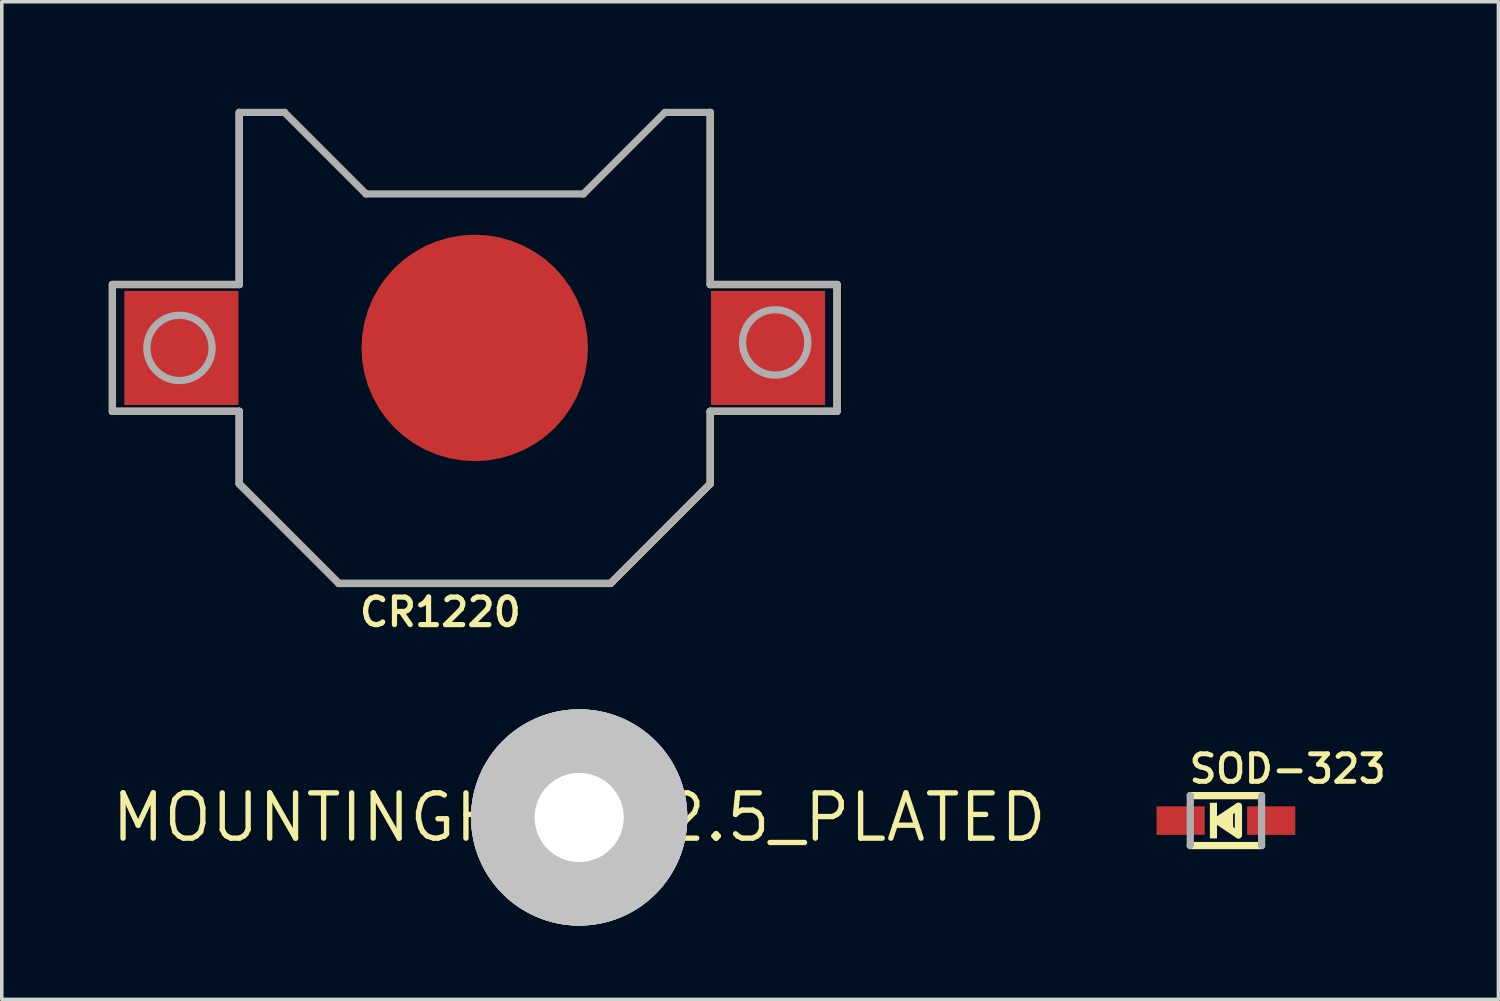
<source format=kicad_pcb>
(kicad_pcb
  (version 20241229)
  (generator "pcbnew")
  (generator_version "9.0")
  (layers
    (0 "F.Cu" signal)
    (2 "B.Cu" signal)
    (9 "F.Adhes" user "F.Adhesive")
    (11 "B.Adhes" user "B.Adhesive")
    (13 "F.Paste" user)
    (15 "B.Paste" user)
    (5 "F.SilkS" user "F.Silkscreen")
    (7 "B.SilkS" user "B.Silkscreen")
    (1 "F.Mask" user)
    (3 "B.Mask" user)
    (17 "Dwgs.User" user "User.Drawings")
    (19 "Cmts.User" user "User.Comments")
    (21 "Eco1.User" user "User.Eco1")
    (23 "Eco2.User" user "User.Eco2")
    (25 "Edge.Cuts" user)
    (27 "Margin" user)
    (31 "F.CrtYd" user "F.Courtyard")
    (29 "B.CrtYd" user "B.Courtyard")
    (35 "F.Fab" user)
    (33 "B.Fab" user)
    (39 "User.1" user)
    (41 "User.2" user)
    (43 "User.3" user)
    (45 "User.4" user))
  (footprint "CR1220"
    (layer "F.Cu")
    (at 10.262 6.706)
    (property "Reference" "CR1220" (at -3.302 7.86 0) (layer "F.SilkS") (effects (font (size 0.772 0.772) (thickness 0.146)) (justify left bottom)))
    (attr through_hole)
    (fp_circle (center 0 0) (end 6.282 0) (stroke (width 0) (type solid)) (fill yes) (layer "F.Mask"))
    (fp_line (start -10.16 -1.778) (end -10.16 1.778) (stroke (width 0.203) (type solid)) (layer "F.SilkS"))
    (fp_line (start -10.16 1.778) (end -6.604 1.778) (stroke (width 0.203) (type solid)) (layer "F.SilkS"))
    (fp_line (start -6.604 -6.604) (end -6.604 -1.778) (stroke (width 0.203) (type solid)) (layer "F.SilkS"))
    (fp_line (start -6.604 -1.778) (end -10.16 -1.778) (stroke (width 0.203) (type solid)) (layer "F.SilkS"))
    (fp_line (start -6.604 1.778) (end -6.604 3.81) (stroke (width 0.203) (type solid)) (layer "F.SilkS"))
    (fp_line (start -6.604 3.81) (end -3.81 6.604) (stroke (width 0.203) (type solid)) (layer "F.SilkS"))
    (fp_line (start -3.81 6.604) (end 3.81 6.604) (stroke (width 0.203) (type solid)) (layer "F.SilkS"))
    (fp_line (start 3.81 6.604) (end 6.604 3.81) (stroke (width 0.203) (type solid)) (layer "F.SilkS"))
    (fp_line (start 6.604 -1.778) (end 6.604 -6.604) (stroke (width 0.203) (type solid)) (layer "F.SilkS"))
    (fp_line (start 6.604 1.778) (end 10.16 1.778) (stroke (width 0.203) (type solid)) (layer "F.SilkS"))
    (fp_line (start 6.604 3.81) (end 6.604 1.778) (stroke (width 0.203) (type solid)) (layer "F.SilkS"))
    (fp_line (start 10.16 -1.778) (end 6.604 -1.778) (stroke (width 0.203) (type solid)) (layer "F.SilkS"))
    (fp_line (start 10.16 1.778) (end 10.16 -1.778) (stroke (width 0.203) (type solid)) (layer "F.SilkS"))
    (fp_line (start -10.16 -1.778) (end -10.16 1.778) (stroke (width 0.203) (type solid)) (layer "F.Fab"))
    (fp_line (start -10.16 1.778) (end -6.604 1.778) (stroke (width 0.203) (type solid)) (layer "F.Fab"))
    (fp_line (start -6.604 -6.604) (end -6.604 -1.778) (stroke (width 0.203) (type solid)) (layer "F.Fab"))
    (fp_line (start -6.604 -1.778) (end -10.16 -1.778) (stroke (width 0.203) (type solid)) (layer "F.Fab"))
    (fp_line (start -6.604 1.778) (end -6.604 3.81) (stroke (width 0.203) (type solid)) (layer "F.Fab"))
    (fp_line (start -6.604 3.81) (end -3.81 6.604) (stroke (width 0.203) (type solid)) (layer "F.Fab"))
    (fp_line (start -5.334 -6.604) (end -6.604 -6.604) (stroke (width 0.203) (type solid)) (layer "F.Fab"))
    (fp_line (start -3.81 6.604) (end 3.81 6.604) (stroke (width 0.203) (type solid)) (layer "F.Fab"))
    (fp_line (start -3.048 -4.318) (end -5.334 -6.604) (stroke (width 0.203) (type solid)) (layer "F.Fab"))
    (fp_line (start 3.048 -4.318) (end -3.048 -4.318) (stroke (width 0.203) (type solid)) (layer "F.Fab"))
    (fp_line (start 3.81 6.604) (end 6.604 3.81) (stroke (width 0.203) (type solid)) (layer "F.Fab"))
    (fp_line (start 5.334 -6.604) (end 3.048 -4.318) (stroke (width 0.203) (type solid)) (layer "F.Fab"))
    (fp_line (start 6.604 -6.604) (end 5.334 -6.604) (stroke (width 0.203) (type solid)) (layer "F.Fab"))
    (fp_line (start 6.604 -1.778) (end 6.604 -6.604) (stroke (width 0.203) (type solid)) (layer "F.Fab"))
    (fp_line (start 6.604 1.778) (end 10.16 1.778) (stroke (width 0.203) (type solid)) (layer "F.Fab"))
    (fp_line (start 6.604 3.81) (end 6.604 1.778) (stroke (width 0.203) (type solid)) (layer "F.Fab"))
    (fp_line (start 10.16 -1.778) (end 6.604 -1.778) (stroke (width 0.203) (type solid)) (layer "F.Fab"))
    (fp_line (start 10.16 1.778) (end 10.16 -1.778) (stroke (width 0.203) (type solid)) (layer "F.Fab"))
    (fp_circle (center -8.279 0) (end -7.364 0) (stroke (width 0.203) (type solid)) (fill no) (layer "F.Fab"))
    (fp_circle (center 8.425 -0.154) (end 9.341 -0.154) (stroke (width 0.203) (type solid)) (fill no) (layer "F.Fab"))
    (pad "+$1" smd rect (at -8.225 0) (size 3.2 3.2) (layers "F.Cu" "F.Mask" "F.Paste"))
    (pad "+$2" smd rect (at 8.225 0) (size 3.2 3.2) (layers "F.Cu" "F.Mask" "F.Paste"))
    (pad "-" smd roundrect (at 0 0) (size 6.35 6.35) (layers "F.Cu" "F.Mask") (roundrect_rratio 0.5)))
  (footprint "SOD-323"
    (layer "F.Cu")
    (at 31.327 19.961)
    (property "Reference" "SOD-323" (at -1.1 -1 0) (layer "F.SilkS") (effects (font (size 0.772 0.772) (thickness 0.139)) (justify left bottom)))
    (attr through_hole)
    (fp_line (start -1 -0.7) (end 1 -0.7) (stroke (width 0.203) (type solid)) (layer "F.SilkS"))
    (fp_line (start -0.25 0) (end 0.35 -0.4) (stroke (width 0.203) (type solid)) (layer "F.SilkS"))
    (fp_line (start 0.35 -0.4) (end 0.35 0.4) (stroke (width 0.203) (type solid)) (layer "F.SilkS"))
    (fp_line (start 0.35 0.4) (end -0.25 0) (stroke (width 0.203) (type solid)) (layer "F.SilkS"))
    (fp_line (start 1 0.7) (end -1 0.7) (stroke (width 0.203) (type solid)) (layer "F.SilkS"))
    (fp_poly (pts (xy -0.1 0) (xy 0.2 -0.2) (xy 0.2 0.2)) (stroke (width 0) (type solid)) (fill yes) (layer "F.SilkS"))
    (fp_poly (pts (xy -0.45 0.5) (xy -0.25 0.5) (xy -0.25 -0.5) (xy -0.45 -0.5)) (stroke (width 0) (type solid)) (fill yes) (layer "F.SilkS"))
    (fp_line (start -1 0.7) (end -1 -0.7) (stroke (width 0.203) (type solid)) (layer "F.Fab"))
    (fp_line (start 1 -0.7) (end 1 0.7) (stroke (width 0.203) (type solid)) (layer "F.Fab"))
    (pad "A" smd rect (at 1.27 0) (size 1.35 0.8) (layers "F.Cu" "F.Mask" "F.Paste"))
    (pad "C" smd rect (at -1.27 0) (size 1.35 0.8) (layers "F.Cu" "F.Mask" "F.Paste")))
  (footprint "MOUNTINGHOLE_2.5_PLATED"
    (layer "F.Cu")
    (at 13.191 19.873)
    (property "Reference" "MOUNTINGHOLE_2.5_PLATED" (at 0 0 0) (layer "F.SilkS") (effects (font (size 1.27 1.27) (thickness 0.15))))
    (attr through_hole)
    (fp_circle (center 0 0) (end 2 0) (stroke (width 0.203) (type solid)) (fill no) (layer "F.SilkS"))
    (fp_circle (center 0 0) (end 1 0) (stroke (width 2.032) (type solid)) (fill no) (layer "Dwgs.User"))
    (fp_circle (center 0 0) (end 1 0) (stroke (width 2.032) (type solid)) (fill no) (layer "Dwgs.User"))
    (fp_circle (center 0 0) (end 1 0) (stroke (width 2.032) (type solid)) (fill no) (layer "Dwgs.User"))
    (fp_circle (center 0 0) (end 1 0) (stroke (width 2.032) (type solid)) (fill no) (layer "Dwgs.User"))
    (pad "P$1" thru_hole circle (at 0 0) (size 3.2 3.2) (drill 2.5) (layers "*.Cu" "*.Mask")))
  (gr_rect
    (start -3 -3)
    (end 38.968 24.975)
    (stroke (width 0.1) (type default))
    (fill no)
    (layer "Edge.Cuts")))
</source>
